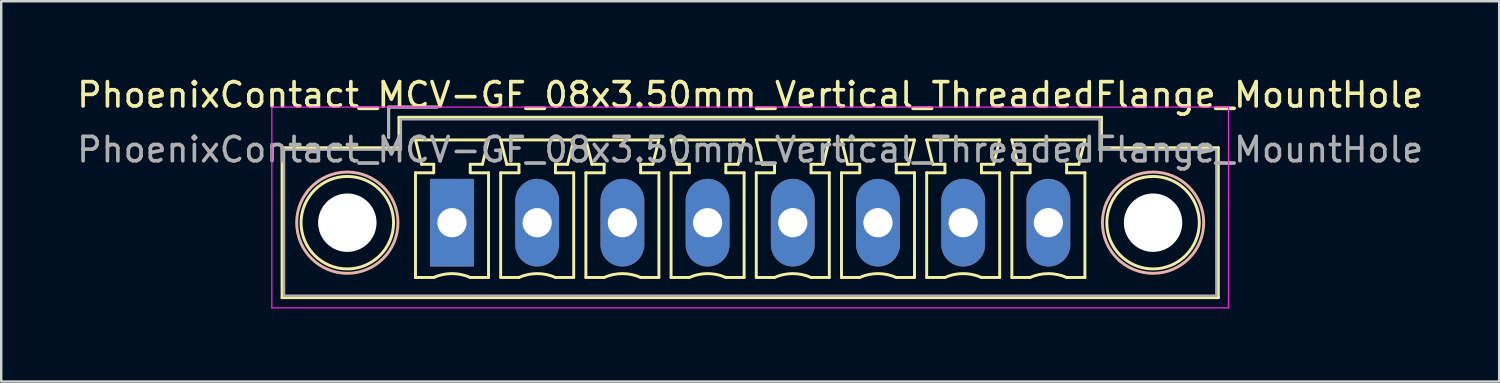
<source format=kicad_pcb>
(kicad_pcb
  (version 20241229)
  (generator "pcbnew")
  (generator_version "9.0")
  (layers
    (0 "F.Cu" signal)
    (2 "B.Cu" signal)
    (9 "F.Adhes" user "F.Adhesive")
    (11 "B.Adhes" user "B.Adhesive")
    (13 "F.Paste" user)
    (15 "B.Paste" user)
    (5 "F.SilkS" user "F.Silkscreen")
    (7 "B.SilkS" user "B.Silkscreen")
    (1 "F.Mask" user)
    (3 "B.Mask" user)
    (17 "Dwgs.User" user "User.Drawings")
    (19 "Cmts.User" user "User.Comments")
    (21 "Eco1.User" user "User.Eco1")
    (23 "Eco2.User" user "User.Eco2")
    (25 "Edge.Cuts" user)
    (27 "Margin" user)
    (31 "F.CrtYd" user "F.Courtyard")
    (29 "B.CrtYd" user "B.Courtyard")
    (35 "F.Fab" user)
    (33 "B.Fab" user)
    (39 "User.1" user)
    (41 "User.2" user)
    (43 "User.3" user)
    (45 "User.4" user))
  (footprint "PhoenixContact_MCV-GF_08x3.50mm_Vertical_ThreadedFlange_MountHole"
    (layer "F.Cu")
    (at 15.518 6.098)
    (property "Reference" "PhoenixContact_MCV-GF_08x3.50mm_Vertical_ThreadedFlange_MountHole" (at 12.25 -5.25 0) (layer "F.SilkS") (effects (font (size 1 1) (thickness 0.15))))
    (attr through_hole)
    (fp_line (start -6.98 -3.08) (end -6.98 3.08) (stroke (width 0.12) (type solid)) (layer "F.SilkS"))
    (fp_line (start -6.98 3.08) (end 31.48 3.08) (stroke (width 0.12) (type solid)) (layer "F.SilkS"))
    (fp_line (start -2.6 -4.75) (end -0.6 -4.75) (stroke (width 0.12) (type solid)) (layer "F.SilkS"))
    (fp_line (start -2.6 -3.5) (end -2.6 -4.75) (stroke (width 0.12) (type solid)) (layer "F.SilkS"))
    (fp_line (start -2.18 -4.33) (end -2.18 -3.08) (stroke (width 0.12) (type solid)) (layer "F.SilkS"))
    (fp_line (start -2.18 -3.08) (end -6.98 -3.08) (stroke (width 0.12) (type solid)) (layer "F.SilkS"))
    (fp_line (start -1.5 -3.4) (end 1.5 -3.4) (stroke (width 0.12) (type solid)) (layer "F.SilkS"))
    (fp_line (start -1.5 -2.05) (end -0.75 -2.05) (stroke (width 0.12) (type solid)) (layer "F.SilkS"))
    (fp_line (start -1.5 2.25) (end -1.5 -2.05) (stroke (width 0.12) (type solid)) (layer "F.SilkS"))
    (fp_line (start -1.25 -2.4) (end -1.5 -3.4) (stroke (width 0.12) (type solid)) (layer "F.SilkS"))
    (fp_line (start -0.75 -2.4) (end -1.25 -2.4) (stroke (width 0.12) (type solid)) (layer "F.SilkS"))
    (fp_line (start -0.75 -2.05) (end -0.75 -2.4) (stroke (width 0.12) (type solid)) (layer "F.SilkS"))
    (fp_line (start -0.75 2.25) (end -1.5 2.25) (stroke (width 0.12) (type solid)) (layer "F.SilkS"))
    (fp_line (start 0.75 -2.4) (end 0.75 -2.05) (stroke (width 0.12) (type solid)) (layer "F.SilkS"))
    (fp_line (start 0.75 -2.05) (end 1.5 -2.05) (stroke (width 0.12) (type solid)) (layer "F.SilkS"))
    (fp_line (start 1.25 -2.4) (end 0.75 -2.4) (stroke (width 0.12) (type solid)) (layer "F.SilkS"))
    (fp_line (start 1.5 -3.4) (end 1.25 -2.4) (stroke (width 0.12) (type solid)) (layer "F.SilkS"))
    (fp_line (start 1.5 -2.05) (end 1.5 2.25) (stroke (width 0.12) (type solid)) (layer "F.SilkS"))
    (fp_line (start 1.5 2.25) (end 0.75 2.25) (stroke (width 0.12) (type solid)) (layer "F.SilkS"))
    (fp_line (start 2 -3.4) (end 5 -3.4) (stroke (width 0.12) (type solid)) (layer "F.SilkS"))
    (fp_line (start 2 -2.05) (end 2.75 -2.05) (stroke (width 0.12) (type solid)) (layer "F.SilkS"))
    (fp_line (start 2 2.25) (end 2 -2.05) (stroke (width 0.12) (type solid)) (layer "F.SilkS"))
    (fp_line (start 2.25 -2.4) (end 2 -3.4) (stroke (width 0.12) (type solid)) (layer "F.SilkS"))
    (fp_line (start 2.75 -2.4) (end 2.25 -2.4) (stroke (width 0.12) (type solid)) (layer "F.SilkS"))
    (fp_line (start 2.75 -2.05) (end 2.75 -2.4) (stroke (width 0.12) (type solid)) (layer "F.SilkS"))
    (fp_line (start 2.75 2.25) (end 2 2.25) (stroke (width 0.12) (type solid)) (layer "F.SilkS"))
    (fp_line (start 4.25 -2.4) (end 4.25 -2.05) (stroke (width 0.12) (type solid)) (layer "F.SilkS"))
    (fp_line (start 4.25 -2.05) (end 5 -2.05) (stroke (width 0.12) (type solid)) (layer "F.SilkS"))
    (fp_line (start 4.75 -2.4) (end 4.25 -2.4) (stroke (width 0.12) (type solid)) (layer "F.SilkS"))
    (fp_line (start 5 -3.4) (end 4.75 -2.4) (stroke (width 0.12) (type solid)) (layer "F.SilkS"))
    (fp_line (start 5 -2.05) (end 5 2.25) (stroke (width 0.12) (type solid)) (layer "F.SilkS"))
    (fp_line (start 5 2.25) (end 4.25 2.25) (stroke (width 0.12) (type solid)) (layer "F.SilkS"))
    (fp_line (start 5.5 -3.4) (end 8.5 -3.4) (stroke (width 0.12) (type solid)) (layer "F.SilkS"))
    (fp_line (start 5.5 -2.05) (end 6.25 -2.05) (stroke (width 0.12) (type solid)) (layer "F.SilkS"))
    (fp_line (start 5.5 2.25) (end 5.5 -2.05) (stroke (width 0.12) (type solid)) (layer "F.SilkS"))
    (fp_line (start 5.75 -2.4) (end 5.5 -3.4) (stroke (width 0.12) (type solid)) (layer "F.SilkS"))
    (fp_line (start 6.25 -2.4) (end 5.75 -2.4) (stroke (width 0.12) (type solid)) (layer "F.SilkS"))
    (fp_line (start 6.25 -2.05) (end 6.25 -2.4) (stroke (width 0.12) (type solid)) (layer "F.SilkS"))
    (fp_line (start 6.25 2.25) (end 5.5 2.25) (stroke (width 0.12) (type solid)) (layer "F.SilkS"))
    (fp_line (start 7.75 -2.4) (end 7.75 -2.05) (stroke (width 0.12) (type solid)) (layer "F.SilkS"))
    (fp_line (start 7.75 -2.05) (end 8.5 -2.05) (stroke (width 0.12) (type solid)) (layer "F.SilkS"))
    (fp_line (start 8.25 -2.4) (end 7.75 -2.4) (stroke (width 0.12) (type solid)) (layer "F.SilkS"))
    (fp_line (start 8.5 -3.4) (end 8.25 -2.4) (stroke (width 0.12) (type solid)) (layer "F.SilkS"))
    (fp_line (start 8.5 -2.05) (end 8.5 2.25) (stroke (width 0.12) (type solid)) (layer "F.SilkS"))
    (fp_line (start 8.5 2.25) (end 7.75 2.25) (stroke (width 0.12) (type solid)) (layer "F.SilkS"))
    (fp_line (start 9 -3.4) (end 12 -3.4) (stroke (width 0.12) (type solid)) (layer "F.SilkS"))
    (fp_line (start 9 -2.05) (end 9.75 -2.05) (stroke (width 0.12) (type solid)) (layer "F.SilkS"))
    (fp_line (start 9 2.25) (end 9 -2.05) (stroke (width 0.12) (type solid)) (layer "F.SilkS"))
    (fp_line (start 9.25 -2.4) (end 9 -3.4) (stroke (width 0.12) (type solid)) (layer "F.SilkS"))
    (fp_line (start 9.75 -2.4) (end 9.25 -2.4) (stroke (width 0.12) (type solid)) (layer "F.SilkS"))
    (fp_line (start 9.75 -2.05) (end 9.75 -2.4) (stroke (width 0.12) (type solid)) (layer "F.SilkS"))
    (fp_line (start 9.75 2.25) (end 9 2.25) (stroke (width 0.12) (type solid)) (layer "F.SilkS"))
    (fp_line (start 11.25 -2.4) (end 11.25 -2.05) (stroke (width 0.12) (type solid)) (layer "F.SilkS"))
    (fp_line (start 11.25 -2.05) (end 12 -2.05) (stroke (width 0.12) (type solid)) (layer "F.SilkS"))
    (fp_line (start 11.75 -2.4) (end 11.25 -2.4) (stroke (width 0.12) (type solid)) (layer "F.SilkS"))
    (fp_line (start 12 -3.4) (end 11.75 -2.4) (stroke (width 0.12) (type solid)) (layer "F.SilkS"))
    (fp_line (start 12 -2.05) (end 12 2.25) (stroke (width 0.12) (type solid)) (layer "F.SilkS"))
    (fp_line (start 12 2.25) (end 11.25 2.25) (stroke (width 0.12) (type solid)) (layer "F.SilkS"))
    (fp_line (start 12.5 -3.4) (end 15.5 -3.4) (stroke (width 0.12) (type solid)) (layer "F.SilkS"))
    (fp_line (start 12.5 -2.05) (end 13.25 -2.05) (stroke (width 0.12) (type solid)) (layer "F.SilkS"))
    (fp_line (start 12.5 2.25) (end 12.5 -2.05) (stroke (width 0.12) (type solid)) (layer "F.SilkS"))
    (fp_line (start 12.75 -2.4) (end 12.5 -3.4) (stroke (width 0.12) (type solid)) (layer "F.SilkS"))
    (fp_line (start 13.25 -2.4) (end 12.75 -2.4) (stroke (width 0.12) (type solid)) (layer "F.SilkS"))
    (fp_line (start 13.25 -2.05) (end 13.25 -2.4) (stroke (width 0.12) (type solid)) (layer "F.SilkS"))
    (fp_line (start 13.25 2.25) (end 12.5 2.25) (stroke (width 0.12) (type solid)) (layer "F.SilkS"))
    (fp_line (start 14.75 -2.4) (end 14.75 -2.05) (stroke (width 0.12) (type solid)) (layer "F.SilkS"))
    (fp_line (start 14.75 -2.05) (end 15.5 -2.05) (stroke (width 0.12) (type solid)) (layer "F.SilkS"))
    (fp_line (start 15.25 -2.4) (end 14.75 -2.4) (stroke (width 0.12) (type solid)) (layer "F.SilkS"))
    (fp_line (start 15.5 -3.4) (end 15.25 -2.4) (stroke (width 0.12) (type solid)) (layer "F.SilkS"))
    (fp_line (start 15.5 -2.05) (end 15.5 2.25) (stroke (width 0.12) (type solid)) (layer "F.SilkS"))
    (fp_line (start 15.5 2.25) (end 14.75 2.25) (stroke (width 0.12) (type solid)) (layer "F.SilkS"))
    (fp_line (start 16 -3.4) (end 19 -3.4) (stroke (width 0.12) (type solid)) (layer "F.SilkS"))
    (fp_line (start 16 -2.05) (end 16.75 -2.05) (stroke (width 0.12) (type solid)) (layer "F.SilkS"))
    (fp_line (start 16 2.25) (end 16 -2.05) (stroke (width 0.12) (type solid)) (layer "F.SilkS"))
    (fp_line (start 16.25 -2.4) (end 16 -3.4) (stroke (width 0.12) (type solid)) (layer "F.SilkS"))
    (fp_line (start 16.75 -2.4) (end 16.25 -2.4) (stroke (width 0.12) (type solid)) (layer "F.SilkS"))
    (fp_line (start 16.75 -2.05) (end 16.75 -2.4) (stroke (width 0.12) (type solid)) (layer "F.SilkS"))
    (fp_line (start 16.75 2.25) (end 16 2.25) (stroke (width 0.12) (type solid)) (layer "F.SilkS"))
    (fp_line (start 18.25 -2.4) (end 18.25 -2.05) (stroke (width 0.12) (type solid)) (layer "F.SilkS"))
    (fp_line (start 18.25 -2.05) (end 19 -2.05) (stroke (width 0.12) (type solid)) (layer "F.SilkS"))
    (fp_line (start 18.75 -2.4) (end 18.25 -2.4) (stroke (width 0.12) (type solid)) (layer "F.SilkS"))
    (fp_line (start 19 -3.4) (end 18.75 -2.4) (stroke (width 0.12) (type solid)) (layer "F.SilkS"))
    (fp_line (start 19 -2.05) (end 19 2.25) (stroke (width 0.12) (type solid)) (layer "F.SilkS"))
    (fp_line (start 19 2.25) (end 18.25 2.25) (stroke (width 0.12) (type solid)) (layer "F.SilkS"))
    (fp_line (start 19.5 -3.4) (end 22.5 -3.4) (stroke (width 0.12) (type solid)) (layer "F.SilkS"))
    (fp_line (start 19.5 -2.05) (end 20.25 -2.05) (stroke (width 0.12) (type solid)) (layer "F.SilkS"))
    (fp_line (start 19.5 2.25) (end 19.5 -2.05) (stroke (width 0.12) (type solid)) (layer "F.SilkS"))
    (fp_line (start 19.75 -2.4) (end 19.5 -3.4) (stroke (width 0.12) (type solid)) (layer "F.SilkS"))
    (fp_line (start 20.25 -2.4) (end 19.75 -2.4) (stroke (width 0.12) (type solid)) (layer "F.SilkS"))
    (fp_line (start 20.25 -2.05) (end 20.25 -2.4) (stroke (width 0.12) (type solid)) (layer "F.SilkS"))
    (fp_line (start 20.25 2.25) (end 19.5 2.25) (stroke (width 0.12) (type solid)) (layer "F.SilkS"))
    (fp_line (start 21.75 -2.4) (end 21.75 -2.05) (stroke (width 0.12) (type solid)) (layer "F.SilkS"))
    (fp_line (start 21.75 -2.05) (end 22.5 -2.05) (stroke (width 0.12) (type solid)) (layer "F.SilkS"))
    (fp_line (start 22.25 -2.4) (end 21.75 -2.4) (stroke (width 0.12) (type solid)) (layer "F.SilkS"))
    (fp_line (start 22.5 -3.4) (end 22.25 -2.4) (stroke (width 0.12) (type solid)) (layer "F.SilkS"))
    (fp_line (start 22.5 -2.05) (end 22.5 2.25) (stroke (width 0.12) (type solid)) (layer "F.SilkS"))
    (fp_line (start 22.5 2.25) (end 21.75 2.25) (stroke (width 0.12) (type solid)) (layer "F.SilkS"))
    (fp_line (start 23 -3.4) (end 26 -3.4) (stroke (width 0.12) (type solid)) (layer "F.SilkS"))
    (fp_line (start 23 -2.05) (end 23.75 -2.05) (stroke (width 0.12) (type solid)) (layer "F.SilkS"))
    (fp_line (start 23 2.25) (end 23 -2.05) (stroke (width 0.12) (type solid)) (layer "F.SilkS"))
    (fp_line (start 23.25 -2.4) (end 23 -3.4) (stroke (width 0.12) (type solid)) (layer "F.SilkS"))
    (fp_line (start 23.75 -2.4) (end 23.25 -2.4) (stroke (width 0.12) (type solid)) (layer "F.SilkS"))
    (fp_line (start 23.75 -2.05) (end 23.75 -2.4) (stroke (width 0.12) (type solid)) (layer "F.SilkS"))
    (fp_line (start 23.75 2.25) (end 23 2.25) (stroke (width 0.12) (type solid)) (layer "F.SilkS"))
    (fp_line (start 25.25 -2.4) (end 25.25 -2.05) (stroke (width 0.12) (type solid)) (layer "F.SilkS"))
    (fp_line (start 25.25 -2.05) (end 26 -2.05) (stroke (width 0.12) (type solid)) (layer "F.SilkS"))
    (fp_line (start 25.75 -2.4) (end 25.25 -2.4) (stroke (width 0.12) (type solid)) (layer "F.SilkS"))
    (fp_line (start 26 -3.4) (end 25.75 -2.4) (stroke (width 0.12) (type solid)) (layer "F.SilkS"))
    (fp_line (start 26 -2.05) (end 26 2.25) (stroke (width 0.12) (type solid)) (layer "F.SilkS"))
    (fp_line (start 26 2.25) (end 25.25 2.25) (stroke (width 0.12) (type solid)) (layer "F.SilkS"))
    (fp_line (start 26.68 -4.33) (end -2.18 -4.33) (stroke (width 0.12) (type solid)) (layer "F.SilkS"))
    (fp_line (start 26.68 -3.08) (end 26.68 -4.33) (stroke (width 0.12) (type solid)) (layer "F.SilkS"))
    (fp_line (start 31.48 -3.08) (end 26.68 -3.08) (stroke (width 0.12) (type solid)) (layer "F.SilkS"))
    (fp_line (start 31.48 3.08) (end 31.48 -3.08) (stroke (width 0.12) (type solid)) (layer "F.SilkS"))
    (fp_arc (start -0.75 2.25) (mid -0.000193 2.09191) (end 0.749647 2.249844) (stroke (width 0.12) (type solid)) (layer "F.SilkS"))
    (fp_arc (start 2.75 2.25) (mid 3.499807 2.09191) (end 4.249647 2.249844) (stroke (width 0.12) (type solid)) (layer "F.SilkS"))
    (fp_arc (start 6.25 2.25) (mid 6.999807 2.09191) (end 7.749647 2.249844) (stroke (width 0.12) (type solid)) (layer "F.SilkS"))
    (fp_arc (start 9.75 2.25) (mid 10.499807 2.09191) (end 11.249647 2.249844) (stroke (width 0.12) (type solid)) (layer "F.SilkS"))
    (fp_arc (start 13.25 2.25) (mid 13.999807 2.09191) (end 14.749647 2.249844) (stroke (width 0.12) (type solid)) (layer "F.SilkS"))
    (fp_arc (start 16.75 2.25) (mid 17.499807 2.09191) (end 18.249647 2.249844) (stroke (width 0.12) (type solid)) (layer "F.SilkS"))
    (fp_arc (start 20.25 2.25) (mid 20.999807 2.09191) (end 21.749647 2.249844) (stroke (width 0.12) (type solid)) (layer "F.SilkS"))
    (fp_arc (start 23.75 2.25) (mid 24.499807 2.09191) (end 25.249647 2.249844) (stroke (width 0.12) (type solid)) (layer "F.SilkS"))
    (fp_circle (center -4.3 0) (end -2.4 0) (stroke (width 0.12) (type solid)) (fill no) (layer "F.SilkS"))
    (fp_circle (center 28.8 0) (end 30.7 0) (stroke (width 0.12) (type solid)) (fill no) (layer "F.SilkS"))
    (fp_circle (center -4.3 0) (end -2.22 0) (stroke (width 0.12) (type solid)) (fill no) (layer "B.SilkS"))
    (fp_circle (center 28.8 0) (end 30.88 0) (stroke (width 0.12) (type solid)) (fill no) (layer "B.SilkS"))
    (fp_line (start -7.4 -4.75) (end -7.4 3.5) (stroke (width 0.05) (type solid)) (layer "F.CrtYd"))
    (fp_line (start -7.4 3.5) (end 31.9 3.5) (stroke (width 0.05) (type solid)) (layer "F.CrtYd"))
    (fp_line (start 31.9 -4.75) (end -7.4 -4.75) (stroke (width 0.05) (type solid)) (layer "F.CrtYd"))
    (fp_line (start 31.9 3.5) (end 31.9 -4.75) (stroke (width 0.05) (type solid)) (layer "F.CrtYd"))
    (fp_line (start -6.9 -3) (end -6.9 3) (stroke (width 0.1) (type solid)) (layer "F.Fab"))
    (fp_line (start -6.9 3) (end 31.4 3) (stroke (width 0.1) (type solid)) (layer "F.Fab"))
    (fp_line (start -2.6 -4.75) (end -0.6 -4.75) (stroke (width 0.1) (type solid)) (layer "F.Fab"))
    (fp_line (start -2.6 -3.5) (end -2.6 -4.75) (stroke (width 0.1) (type solid)) (layer "F.Fab"))
    (fp_line (start -2.1 -4.25) (end -2.1 -3) (stroke (width 0.1) (type solid)) (layer "F.Fab"))
    (fp_line (start -2.1 -3) (end -6.9 -3) (stroke (width 0.1) (type solid)) (layer "F.Fab"))
    (fp_line (start 26.6 -4.25) (end -2.1 -4.25) (stroke (width 0.1) (type solid)) (layer "F.Fab"))
    (fp_line (start 26.6 -3) (end 26.6 -4.25) (stroke (width 0.1) (type solid)) (layer "F.Fab"))
    (fp_line (start 31.4 -3) (end 26.6 -3) (stroke (width 0.1) (type solid)) (layer "F.Fab"))
    (fp_line (start 31.4 3) (end 31.4 -3) (stroke (width 0.1) (type solid)) (layer "F.Fab"))
    (fp_text user "${REFERENCE}" (at 12.25 -3 0) (layer "F.Fab") (effects (font (size 1 1) (thickness 0.15))))
    (pad "" np_thru_hole circle (at -4.3 0) (size 2.4 2.4) (drill 2.4) (layers "*.Cu" "*.Mask"))
    (pad "" np_thru_hole circle (at 28.8 0) (size 2.4 2.4) (drill 2.4) (layers "*.Cu" "*.Mask"))
    (pad "1" thru_hole rect (at 0 0) (size 1.8 3.6) (drill 1.2) (layers "*.Cu" "*.Mask"))
    (pad "2" thru_hole oval (at 3.5 0) (size 1.8 3.6) (drill 1.2) (layers "*.Cu" "*.Mask"))
    (pad "3" thru_hole oval (at 7 0) (size 1.8 3.6) (drill 1.2) (layers "*.Cu" "*.Mask"))
    (pad "4" thru_hole oval (at 10.5 0) (size 1.8 3.6) (drill 1.2) (layers "*.Cu" "*.Mask"))
    (pad "5" thru_hole oval (at 14 0) (size 1.8 3.6) (drill 1.2) (layers "*.Cu" "*.Mask"))
    (pad "6" thru_hole oval (at 17.5 0) (size 1.8 3.6) (drill 1.2) (layers "*.Cu" "*.Mask"))
    (pad "7" thru_hole oval (at 21 0) (size 1.8 3.6) (drill 1.2) (layers "*.Cu" "*.Mask"))
    (pad "8" thru_hole oval (at 24.5 0) (size 1.8 3.6) (drill 1.2) (layers "*.Cu" "*.Mask")))
  (gr_rect
    (start -3 -3)
    (end 58.536 12.623)
    (stroke (width 0.1) (type default))
    (fill no)
    (layer "Edge.Cuts")))
</source>
